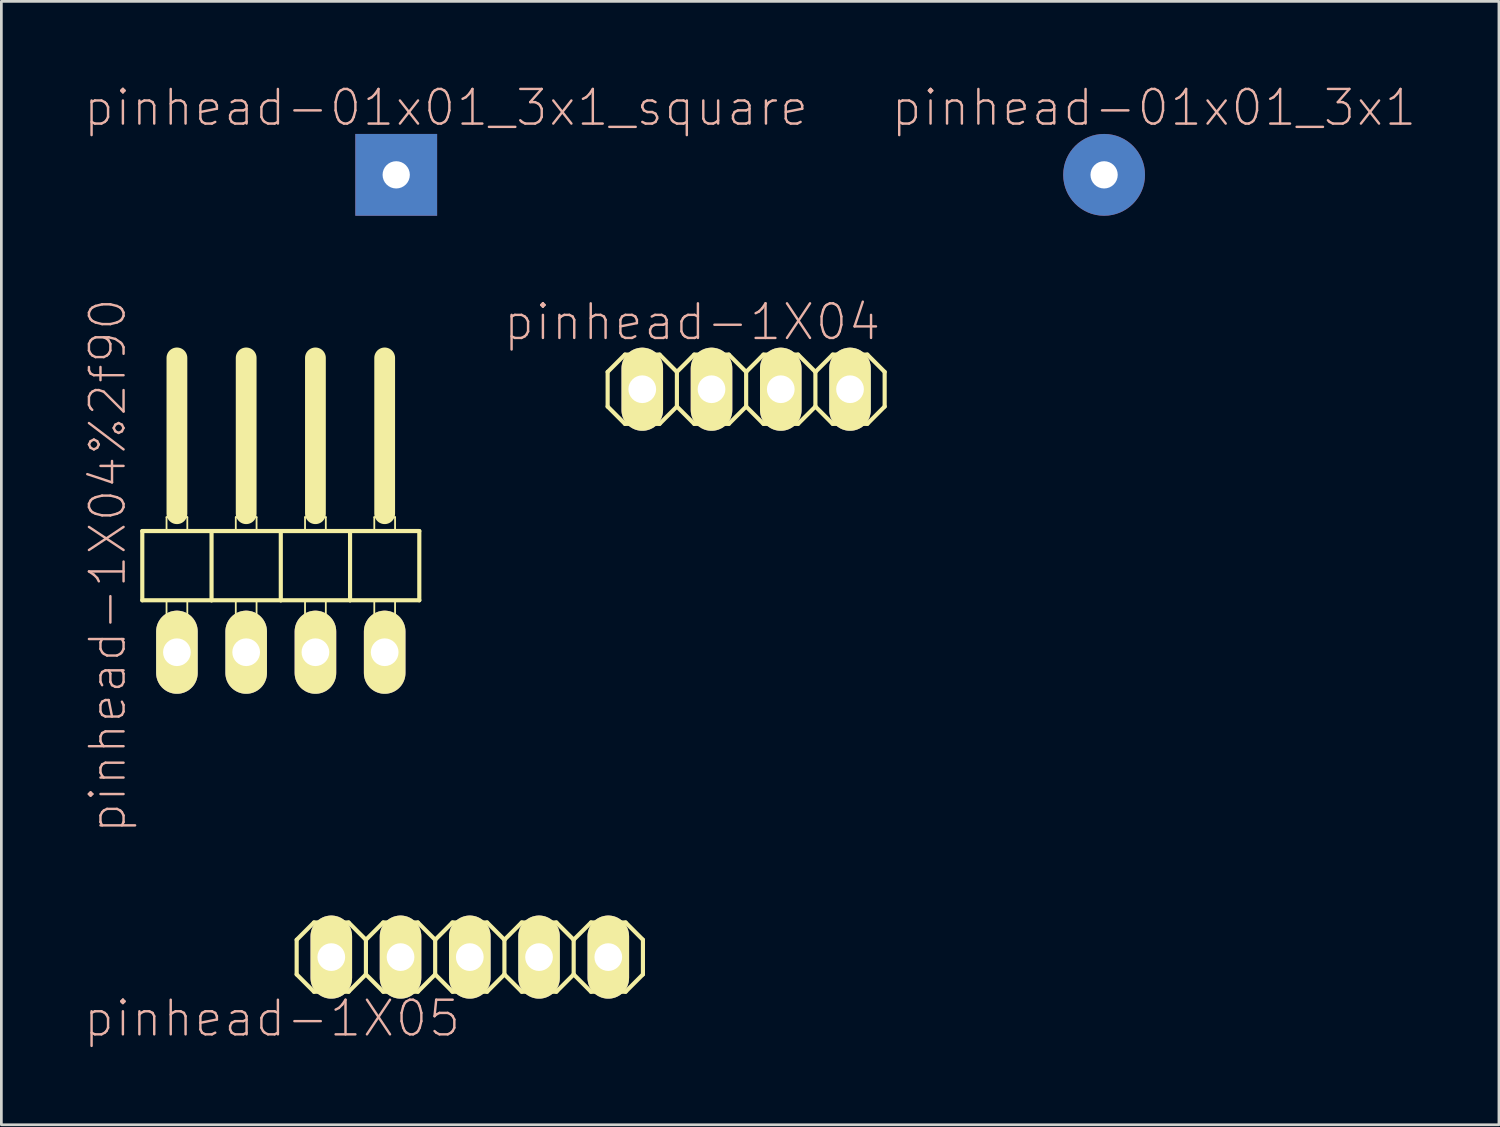
<source format=kicad_pcb>
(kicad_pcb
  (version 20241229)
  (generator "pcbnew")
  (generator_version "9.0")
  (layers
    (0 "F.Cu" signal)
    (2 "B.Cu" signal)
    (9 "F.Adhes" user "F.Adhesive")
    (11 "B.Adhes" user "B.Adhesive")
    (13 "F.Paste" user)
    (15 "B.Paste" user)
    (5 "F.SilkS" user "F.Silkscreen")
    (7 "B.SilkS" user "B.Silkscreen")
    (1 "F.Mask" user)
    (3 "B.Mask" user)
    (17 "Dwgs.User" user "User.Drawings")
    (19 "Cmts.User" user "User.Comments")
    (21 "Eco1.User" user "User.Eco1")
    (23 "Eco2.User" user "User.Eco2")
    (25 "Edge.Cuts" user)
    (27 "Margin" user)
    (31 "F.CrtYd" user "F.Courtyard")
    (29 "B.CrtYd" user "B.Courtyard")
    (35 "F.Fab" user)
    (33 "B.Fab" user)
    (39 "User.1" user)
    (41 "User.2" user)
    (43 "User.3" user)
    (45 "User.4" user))
  (footprint "pinhead-01x01_3x1_square"
    (layer "F.Cu")
    (at 11.482 3.363)
    (property "Reference" "pinhead-01x01_3x1_square" (at 1.829 -2.464 0) (layer "B.SilkS") (effects (font (size 1.27 1.27) (thickness 0.089))))
    (attr exclude_from_pos_files exclude_from_bom)
    (pad "1" thru_hole rect (at 0 0) (size 3 3) (drill 1) (layers "*.Cu" "*.Mask")))
  (footprint "pinhead-1X04%2f90"
    (layer "F.Cu")
    (at 7.249 17.062)
    (property "Reference" "pinhead-1X04%2f90" (at -6.35 0.635 90) (layer "B.SilkS") (effects (font (size 1.27 1.27) (thickness 0.089))))
    (attr exclude_from_pos_files exclude_from_bom)
    (fp_line (start -5.08 -0.635) (end -5.08 1.905) (stroke (width 0.152) (type solid)) (layer "F.SilkS"))
    (fp_line (start -5.08 1.905) (end -2.54 1.905) (stroke (width 0.152) (type solid)) (layer "F.SilkS"))
    (fp_line (start -4.191 -1.143) (end -3.429 -1.143) (stroke (width 0.066) (type solid)) (layer "F.SilkS"))
    (fp_line (start -4.191 -0.635) (end -4.191 -1.143) (stroke (width 0.066) (type solid)) (layer "F.SilkS"))
    (fp_line (start -4.191 -0.635) (end -3.429 -0.635) (stroke (width 0.066) (type solid)) (layer "F.SilkS"))
    (fp_line (start -4.191 1.905) (end -3.429 1.905) (stroke (width 0.066) (type solid)) (layer "F.SilkS"))
    (fp_line (start -4.191 2.921) (end -4.191 1.905) (stroke (width 0.066) (type solid)) (layer "F.SilkS"))
    (fp_line (start -4.191 2.921) (end -3.429 2.921) (stroke (width 0.066) (type solid)) (layer "F.SilkS"))
    (fp_line (start -3.81 -6.985) (end -3.81 -1.27) (stroke (width 0.762) (type solid)) (layer "F.SilkS"))
    (fp_line (start -3.429 -0.635) (end -3.429 -1.143) (stroke (width 0.066) (type solid)) (layer "F.SilkS"))
    (fp_line (start -3.429 2.921) (end -3.429 1.905) (stroke (width 0.066) (type solid)) (layer "F.SilkS"))
    (fp_line (start -2.54 -0.635) (end -5.08 -0.635) (stroke (width 0.152) (type solid)) (layer "F.SilkS"))
    (fp_line (start -2.54 1.905) (end -2.54 -0.635) (stroke (width 0.152) (type solid)) (layer "F.SilkS"))
    (fp_line (start -2.54 1.905) (end 0 1.905) (stroke (width 0.152) (type solid)) (layer "F.SilkS"))
    (fp_line (start -1.651 -1.143) (end -0.889 -1.143) (stroke (width 0.066) (type solid)) (layer "F.SilkS"))
    (fp_line (start -1.651 -0.635) (end -1.651 -1.143) (stroke (width 0.066) (type solid)) (layer "F.SilkS"))
    (fp_line (start -1.651 -0.635) (end -0.889 -0.635) (stroke (width 0.066) (type solid)) (layer "F.SilkS"))
    (fp_line (start -1.651 1.905) (end -0.889 1.905) (stroke (width 0.066) (type solid)) (layer "F.SilkS"))
    (fp_line (start -1.651 2.921) (end -1.651 1.905) (stroke (width 0.066) (type solid)) (layer "F.SilkS"))
    (fp_line (start -1.651 2.921) (end -0.889 2.921) (stroke (width 0.066) (type solid)) (layer "F.SilkS"))
    (fp_line (start -1.27 -6.985) (end -1.27 -1.27) (stroke (width 0.762) (type solid)) (layer "F.SilkS"))
    (fp_line (start -0.889 -0.635) (end -0.889 -1.143) (stroke (width 0.066) (type solid)) (layer "F.SilkS"))
    (fp_line (start -0.889 2.921) (end -0.889 1.905) (stroke (width 0.066) (type solid)) (layer "F.SilkS"))
    (fp_line (start 0 -0.635) (end -2.54 -0.635) (stroke (width 0.152) (type solid)) (layer "F.SilkS"))
    (fp_line (start 0 1.905) (end 0 -0.635) (stroke (width 0.152) (type solid)) (layer "F.SilkS"))
    (fp_line (start 0 1.905) (end 2.54 1.905) (stroke (width 0.152) (type solid)) (layer "F.SilkS"))
    (fp_line (start 0.889 -1.143) (end 1.651 -1.143) (stroke (width 0.066) (type solid)) (layer "F.SilkS"))
    (fp_line (start 0.889 -0.635) (end 0.889 -1.143) (stroke (width 0.066) (type solid)) (layer "F.SilkS"))
    (fp_line (start 0.889 -0.635) (end 1.651 -0.635) (stroke (width 0.066) (type solid)) (layer "F.SilkS"))
    (fp_line (start 0.889 1.905) (end 1.651 1.905) (stroke (width 0.066) (type solid)) (layer "F.SilkS"))
    (fp_line (start 0.889 2.921) (end 0.889 1.905) (stroke (width 0.066) (type solid)) (layer "F.SilkS"))
    (fp_line (start 0.889 2.921) (end 1.651 2.921) (stroke (width 0.066) (type solid)) (layer "F.SilkS"))
    (fp_line (start 1.27 -6.985) (end 1.27 -1.27) (stroke (width 0.762) (type solid)) (layer "F.SilkS"))
    (fp_line (start 1.651 -0.635) (end 1.651 -1.143) (stroke (width 0.066) (type solid)) (layer "F.SilkS"))
    (fp_line (start 1.651 2.921) (end 1.651 1.905) (stroke (width 0.066) (type solid)) (layer "F.SilkS"))
    (fp_line (start 2.54 -0.635) (end 0 -0.635) (stroke (width 0.152) (type solid)) (layer "F.SilkS"))
    (fp_line (start 2.54 1.905) (end 2.54 -0.635) (stroke (width 0.152) (type solid)) (layer "F.SilkS"))
    (fp_line (start 2.54 1.905) (end 5.08 1.905) (stroke (width 0.152) (type solid)) (layer "F.SilkS"))
    (fp_line (start 3.429 -1.143) (end 4.191 -1.143) (stroke (width 0.066) (type solid)) (layer "F.SilkS"))
    (fp_line (start 3.429 -0.635) (end 3.429 -1.143) (stroke (width 0.066) (type solid)) (layer "F.SilkS"))
    (fp_line (start 3.429 -0.635) (end 4.191 -0.635) (stroke (width 0.066) (type solid)) (layer "F.SilkS"))
    (fp_line (start 3.429 1.905) (end 4.191 1.905) (stroke (width 0.066) (type solid)) (layer "F.SilkS"))
    (fp_line (start 3.429 2.921) (end 3.429 1.905) (stroke (width 0.066) (type solid)) (layer "F.SilkS"))
    (fp_line (start 3.429 2.921) (end 4.191 2.921) (stroke (width 0.066) (type solid)) (layer "F.SilkS"))
    (fp_line (start 3.81 -6.985) (end 3.81 -1.27) (stroke (width 0.762) (type solid)) (layer "F.SilkS"))
    (fp_line (start 4.191 -0.635) (end 4.191 -1.143) (stroke (width 0.066) (type solid)) (layer "F.SilkS"))
    (fp_line (start 4.191 2.921) (end 4.191 1.905) (stroke (width 0.066) (type solid)) (layer "F.SilkS"))
    (fp_line (start 5.08 -0.635) (end 2.54 -0.635) (stroke (width 0.152) (type solid)) (layer "F.SilkS"))
    (fp_line (start 5.08 1.905) (end 5.08 -0.635) (stroke (width 0.152) (type solid)) (layer "F.SilkS"))
    (pad "1" thru_hole oval (at -3.81 3.81) (size 1.524 3.048) (drill 1.016) (layers "*.Cu" "F.Mask" "F.SilkS" "F.Paste"))
    (pad "2" thru_hole oval (at -1.27 3.81) (size 1.524 3.048) (drill 1.016) (layers "*.Cu" "F.Mask" "F.SilkS" "F.Paste"))
    (pad "3" thru_hole oval (at 1.27 3.81) (size 1.524 3.048) (drill 1.016) (layers "*.Cu" "F.Mask" "F.SilkS" "F.Paste"))
    (pad "4" thru_hole oval (at 3.81 3.81) (size 1.524 3.048) (drill 1.016) (layers "*.Cu" "F.Mask" "F.SilkS" "F.Paste")))
  (footprint "pinhead-1X05"
    (layer "F.Cu")
    (at 14.181 32.054)
    (property "Reference" "pinhead-1X05" (at -7.25 2.25 0) (layer "B.SilkS") (effects (font (size 1.27 1.27) (thickness 0.089))))
    (attr exclude_from_pos_files exclude_from_bom)
    (fp_line (start -6.35 -0.635) (end -6.35 0.635) (stroke (width 0.152) (type solid)) (layer "F.SilkS"))
    (fp_line (start -6.35 0.635) (end -5.715 1.27) (stroke (width 0.152) (type solid)) (layer "F.SilkS"))
    (fp_line (start -5.715 -1.27) (end -6.35 -0.635) (stroke (width 0.152) (type solid)) (layer "F.SilkS"))
    (fp_line (start -5.715 -1.27) (end -4.445 -1.27) (stroke (width 0.152) (type solid)) (layer "F.SilkS"))
    (fp_line (start -5.334 -0.254) (end -4.826 -0.254) (stroke (width 0.066) (type solid)) (layer "F.SilkS"))
    (fp_line (start -5.334 0.254) (end -5.334 -0.254) (stroke (width 0.066) (type solid)) (layer "F.SilkS"))
    (fp_line (start -5.334 0.254) (end -4.826 0.254) (stroke (width 0.066) (type solid)) (layer "F.SilkS"))
    (fp_line (start -4.826 0.254) (end -4.826 -0.254) (stroke (width 0.066) (type solid)) (layer "F.SilkS"))
    (fp_line (start -4.445 -1.27) (end -3.81 -0.635) (stroke (width 0.152) (type solid)) (layer "F.SilkS"))
    (fp_line (start -4.445 1.27) (end -5.715 1.27) (stroke (width 0.152) (type solid)) (layer "F.SilkS"))
    (fp_line (start -3.81 -0.635) (end -3.81 0.635) (stroke (width 0.152) (type solid)) (layer "F.SilkS"))
    (fp_line (start -3.81 -0.635) (end -3.175 -1.27) (stroke (width 0.152) (type solid)) (layer "F.SilkS"))
    (fp_line (start -3.81 0.635) (end -4.445 1.27) (stroke (width 0.152) (type solid)) (layer "F.SilkS"))
    (fp_line (start -3.175 -1.27) (end -1.905 -1.27) (stroke (width 0.152) (type solid)) (layer "F.SilkS"))
    (fp_line (start -3.175 1.27) (end -3.81 0.635) (stroke (width 0.152) (type solid)) (layer "F.SilkS"))
    (fp_line (start -2.794 -0.254) (end -2.286 -0.254) (stroke (width 0.066) (type solid)) (layer "F.SilkS"))
    (fp_line (start -2.794 0.254) (end -2.794 -0.254) (stroke (width 0.066) (type solid)) (layer "F.SilkS"))
    (fp_line (start -2.794 0.254) (end -2.286 0.254) (stroke (width 0.066) (type solid)) (layer "F.SilkS"))
    (fp_line (start -2.286 0.254) (end -2.286 -0.254) (stroke (width 0.066) (type solid)) (layer "F.SilkS"))
    (fp_line (start -1.905 -1.27) (end -1.27 -0.635) (stroke (width 0.152) (type solid)) (layer "F.SilkS"))
    (fp_line (start -1.905 1.27) (end -3.175 1.27) (stroke (width 0.152) (type solid)) (layer "F.SilkS"))
    (fp_line (start -1.27 -0.635) (end -1.27 0.635) (stroke (width 0.152) (type solid)) (layer "F.SilkS"))
    (fp_line (start -1.27 -0.635) (end -0.635 -1.27) (stroke (width 0.152) (type solid)) (layer "F.SilkS"))
    (fp_line (start -1.27 0.635) (end -1.905 1.27) (stroke (width 0.152) (type solid)) (layer "F.SilkS"))
    (fp_line (start -0.635 -1.27) (end 0.635 -1.27) (stroke (width 0.152) (type solid)) (layer "F.SilkS"))
    (fp_line (start -0.635 1.27) (end -1.27 0.635) (stroke (width 0.152) (type solid)) (layer "F.SilkS"))
    (fp_line (start -0.254 -0.254) (end 0.254 -0.254) (stroke (width 0.066) (type solid)) (layer "F.SilkS"))
    (fp_line (start -0.254 0.254) (end -0.254 -0.254) (stroke (width 0.066) (type solid)) (layer "F.SilkS"))
    (fp_line (start -0.254 0.254) (end 0.254 0.254) (stroke (width 0.066) (type solid)) (layer "F.SilkS"))
    (fp_line (start 0.254 0.254) (end 0.254 -0.254) (stroke (width 0.066) (type solid)) (layer "F.SilkS"))
    (fp_line (start 0.635 -1.27) (end 1.27 -0.635) (stroke (width 0.152) (type solid)) (layer "F.SilkS"))
    (fp_line (start 0.635 1.27) (end -0.635 1.27) (stroke (width 0.152) (type solid)) (layer "F.SilkS"))
    (fp_line (start 1.27 -0.635) (end 1.27 0.635) (stroke (width 0.152) (type solid)) (layer "F.SilkS"))
    (fp_line (start 1.27 0.635) (end 0.635 1.27) (stroke (width 0.152) (type solid)) (layer "F.SilkS"))
    (fp_line (start 1.27 0.635) (end 1.905 1.27) (stroke (width 0.152) (type solid)) (layer "F.SilkS"))
    (fp_line (start 1.905 -1.27) (end 1.27 -0.635) (stroke (width 0.152) (type solid)) (layer "F.SilkS"))
    (fp_line (start 1.905 -1.27) (end 3.175 -1.27) (stroke (width 0.152) (type solid)) (layer "F.SilkS"))
    (fp_line (start 2.286 -0.254) (end 2.794 -0.254) (stroke (width 0.066) (type solid)) (layer "F.SilkS"))
    (fp_line (start 2.286 0.254) (end 2.286 -0.254) (stroke (width 0.066) (type solid)) (layer "F.SilkS"))
    (fp_line (start 2.286 0.254) (end 2.794 0.254) (stroke (width 0.066) (type solid)) (layer "F.SilkS"))
    (fp_line (start 2.794 0.254) (end 2.794 -0.254) (stroke (width 0.066) (type solid)) (layer "F.SilkS"))
    (fp_line (start 3.175 -1.27) (end 3.81 -0.635) (stroke (width 0.152) (type solid)) (layer "F.SilkS"))
    (fp_line (start 3.175 1.27) (end 1.905 1.27) (stroke (width 0.152) (type solid)) (layer "F.SilkS"))
    (fp_line (start 3.81 -0.635) (end 3.81 0.635) (stroke (width 0.152) (type solid)) (layer "F.SilkS"))
    (fp_line (start 3.81 0.635) (end 3.175 1.27) (stroke (width 0.152) (type solid)) (layer "F.SilkS"))
    (fp_line (start 3.81 0.635) (end 4.445 1.27) (stroke (width 0.152) (type solid)) (layer "F.SilkS"))
    (fp_line (start 4.445 -1.27) (end 3.81 -0.635) (stroke (width 0.152) (type solid)) (layer "F.SilkS"))
    (fp_line (start 4.445 -1.27) (end 5.715 -1.27) (stroke (width 0.152) (type solid)) (layer "F.SilkS"))
    (fp_line (start 4.826 -0.254) (end 5.334 -0.254) (stroke (width 0.066) (type solid)) (layer "F.SilkS"))
    (fp_line (start 4.826 0.254) (end 4.826 -0.254) (stroke (width 0.066) (type solid)) (layer "F.SilkS"))
    (fp_line (start 4.826 0.254) (end 5.334 0.254) (stroke (width 0.066) (type solid)) (layer "F.SilkS"))
    (fp_line (start 5.334 0.254) (end 5.334 -0.254) (stroke (width 0.066) (type solid)) (layer "F.SilkS"))
    (fp_line (start 5.715 -1.27) (end 6.35 -0.635) (stroke (width 0.152) (type solid)) (layer "F.SilkS"))
    (fp_line (start 5.715 1.27) (end 4.445 1.27) (stroke (width 0.152) (type solid)) (layer "F.SilkS"))
    (fp_line (start 6.35 -0.635) (end 6.35 0.635) (stroke (width 0.152) (type solid)) (layer "F.SilkS"))
    (fp_line (start 6.35 0.635) (end 5.715 1.27) (stroke (width 0.152) (type solid)) (layer "F.SilkS"))
    (pad "1" thru_hole oval (at -5.08 0) (size 1.524 3.048) (drill 1.016) (layers "*.Cu" "*.Mask" "F.SilkS" "F.Paste"))
    (pad "2" thru_hole oval (at -2.54 0) (size 1.524 3.048) (drill 1.016) (layers "*.Cu" "*.Mask" "F.SilkS" "F.Paste"))
    (pad "3" thru_hole oval (at 0 0) (size 1.524 3.048) (drill 1.016) (layers "*.Cu" "*.Mask" "F.SilkS" "F.Paste"))
    (pad "4" thru_hole oval (at 2.54 0) (size 1.524 3.048) (drill 1.016) (layers "*.Cu" "*.Mask" "F.SilkS" "F.Paste"))
    (pad "5" thru_hole oval (at 5.08 0) (size 1.524 3.048) (drill 1.016) (layers "*.Cu" "*.Mask" "F.SilkS" "F.Paste")))
  (footprint "pinhead-01x01_3x1"
    (layer "F.Cu")
    (at 37.446 3.363)
    (property "Reference" "pinhead-01x01_3x1" (at 1.829 -2.464 0) (layer "B.SilkS") (effects (font (size 1.27 1.27) (thickness 0.089))))
    (attr exclude_from_pos_files exclude_from_bom)
    (pad "1" thru_hole circle (at 0 0) (size 3 3) (drill 1) (layers "*.Cu" "*.Mask")))
  (footprint "pinhead-1X04"
    (layer "F.Cu")
    (at 24.317 11.226)
    (property "Reference" "pinhead-1X04" (at -1.981 -2.464 0) (layer "B.SilkS") (effects (font (size 1.27 1.27) (thickness 0.089))))
    (attr exclude_from_pos_files exclude_from_bom)
    (fp_line (start -5.08 -0.635) (end -5.08 0.635) (stroke (width 0.152) (type solid)) (layer "F.SilkS"))
    (fp_line (start -5.08 0.635) (end -4.445 1.27) (stroke (width 0.152) (type solid)) (layer "F.SilkS"))
    (fp_line (start -4.445 -1.27) (end -5.08 -0.635) (stroke (width 0.152) (type solid)) (layer "F.SilkS"))
    (fp_line (start -4.445 -1.27) (end -3.175 -1.27) (stroke (width 0.152) (type solid)) (layer "F.SilkS"))
    (fp_line (start -4.064 -0.254) (end -3.556 -0.254) (stroke (width 0.066) (type solid)) (layer "F.SilkS"))
    (fp_line (start -4.064 0.254) (end -4.064 -0.254) (stroke (width 0.066) (type solid)) (layer "F.SilkS"))
    (fp_line (start -4.064 0.254) (end -3.556 0.254) (stroke (width 0.066) (type solid)) (layer "F.SilkS"))
    (fp_line (start -3.556 0.254) (end -3.556 -0.254) (stroke (width 0.066) (type solid)) (layer "F.SilkS"))
    (fp_line (start -3.175 -1.27) (end -2.54 -0.635) (stroke (width 0.152) (type solid)) (layer "F.SilkS"))
    (fp_line (start -3.175 1.27) (end -4.445 1.27) (stroke (width 0.152) (type solid)) (layer "F.SilkS"))
    (fp_line (start -2.54 -0.635) (end -2.54 0.635) (stroke (width 0.152) (type solid)) (layer "F.SilkS"))
    (fp_line (start -2.54 -0.635) (end -1.905 -1.27) (stroke (width 0.152) (type solid)) (layer "F.SilkS"))
    (fp_line (start -2.54 0.635) (end -3.175 1.27) (stroke (width 0.152) (type solid)) (layer "F.SilkS"))
    (fp_line (start -1.905 -1.27) (end -0.635 -1.27) (stroke (width 0.152) (type solid)) (layer "F.SilkS"))
    (fp_line (start -1.905 1.27) (end -2.54 0.635) (stroke (width 0.152) (type solid)) (layer "F.SilkS"))
    (fp_line (start -1.524 -0.254) (end -1.016 -0.254) (stroke (width 0.066) (type solid)) (layer "F.SilkS"))
    (fp_line (start -1.524 0.254) (end -1.524 -0.254) (stroke (width 0.066) (type solid)) (layer "F.SilkS"))
    (fp_line (start -1.524 0.254) (end -1.016 0.254) (stroke (width 0.066) (type solid)) (layer "F.SilkS"))
    (fp_line (start -1.016 0.254) (end -1.016 -0.254) (stroke (width 0.066) (type solid)) (layer "F.SilkS"))
    (fp_line (start -0.635 -1.27) (end 0 -0.635) (stroke (width 0.152) (type solid)) (layer "F.SilkS"))
    (fp_line (start -0.635 1.27) (end -1.905 1.27) (stroke (width 0.152) (type solid)) (layer "F.SilkS"))
    (fp_line (start 0 -0.635) (end 0 0.635) (stroke (width 0.152) (type solid)) (layer "F.SilkS"))
    (fp_line (start 0 -0.635) (end 0.635 -1.27) (stroke (width 0.152) (type solid)) (layer "F.SilkS"))
    (fp_line (start 0 0.635) (end -0.635 1.27) (stroke (width 0.152) (type solid)) (layer "F.SilkS"))
    (fp_line (start 0.635 -1.27) (end 1.905 -1.27) (stroke (width 0.152) (type solid)) (layer "F.SilkS"))
    (fp_line (start 0.635 1.27) (end 0 0.635) (stroke (width 0.152) (type solid)) (layer "F.SilkS"))
    (fp_line (start 1.016 -0.254) (end 1.524 -0.254) (stroke (width 0.066) (type solid)) (layer "F.SilkS"))
    (fp_line (start 1.016 0.254) (end 1.016 -0.254) (stroke (width 0.066) (type solid)) (layer "F.SilkS"))
    (fp_line (start 1.016 0.254) (end 1.524 0.254) (stroke (width 0.066) (type solid)) (layer "F.SilkS"))
    (fp_line (start 1.524 0.254) (end 1.524 -0.254) (stroke (width 0.066) (type solid)) (layer "F.SilkS"))
    (fp_line (start 1.905 -1.27) (end 2.54 -0.635) (stroke (width 0.152) (type solid)) (layer "F.SilkS"))
    (fp_line (start 1.905 1.27) (end 0.635 1.27) (stroke (width 0.152) (type solid)) (layer "F.SilkS"))
    (fp_line (start 2.54 -0.635) (end 2.54 0.635) (stroke (width 0.152) (type solid)) (layer "F.SilkS"))
    (fp_line (start 2.54 0.635) (end 1.905 1.27) (stroke (width 0.152) (type solid)) (layer "F.SilkS"))
    (fp_line (start 2.54 0.635) (end 3.175 1.27) (stroke (width 0.152) (type solid)) (layer "F.SilkS"))
    (fp_line (start 3.175 -1.27) (end 2.54 -0.635) (stroke (width 0.152) (type solid)) (layer "F.SilkS"))
    (fp_line (start 3.175 -1.27) (end 4.445 -1.27) (stroke (width 0.152) (type solid)) (layer "F.SilkS"))
    (fp_line (start 3.556 -0.254) (end 4.064 -0.254) (stroke (width 0.066) (type solid)) (layer "F.SilkS"))
    (fp_line (start 3.556 0.254) (end 3.556 -0.254) (stroke (width 0.066) (type solid)) (layer "F.SilkS"))
    (fp_line (start 3.556 0.254) (end 4.064 0.254) (stroke (width 0.066) (type solid)) (layer "F.SilkS"))
    (fp_line (start 4.064 0.254) (end 4.064 -0.254) (stroke (width 0.066) (type solid)) (layer "F.SilkS"))
    (fp_line (start 4.445 -1.27) (end 5.08 -0.635) (stroke (width 0.152) (type solid)) (layer "F.SilkS"))
    (fp_line (start 4.445 1.27) (end 3.175 1.27) (stroke (width 0.152) (type solid)) (layer "F.SilkS"))
    (fp_line (start 5.08 -0.635) (end 5.08 0.635) (stroke (width 0.152) (type solid)) (layer "F.SilkS"))
    (fp_line (start 5.08 0.635) (end 4.445 1.27) (stroke (width 0.152) (type solid)) (layer "F.SilkS"))
    (pad "1" thru_hole oval (at -3.81 0) (size 1.524 3.048) (drill 1.016) (layers "*.Cu" "F.Mask" "F.SilkS" "F.Paste"))
    (pad "2" thru_hole oval (at -1.27 0) (size 1.524 3.048) (drill 1.016) (layers "*.Cu" "F.Mask" "F.SilkS" "F.Paste"))
    (pad "3" thru_hole oval (at 1.27 0) (size 1.524 3.048) (drill 1.016) (layers "*.Cu" "F.Mask" "F.SilkS" "F.Paste"))
    (pad "4" thru_hole oval (at 3.81 0) (size 1.524 3.048) (drill 1.016) (layers "*.Cu" "F.Mask" "F.SilkS" "F.Paste")))
  (gr_rect
    (start -3 -3)
    (end 51.927 38.203)
    (stroke (width 0.1) (type default))
    (fill no)
    (layer "Edge.Cuts")))
</source>
